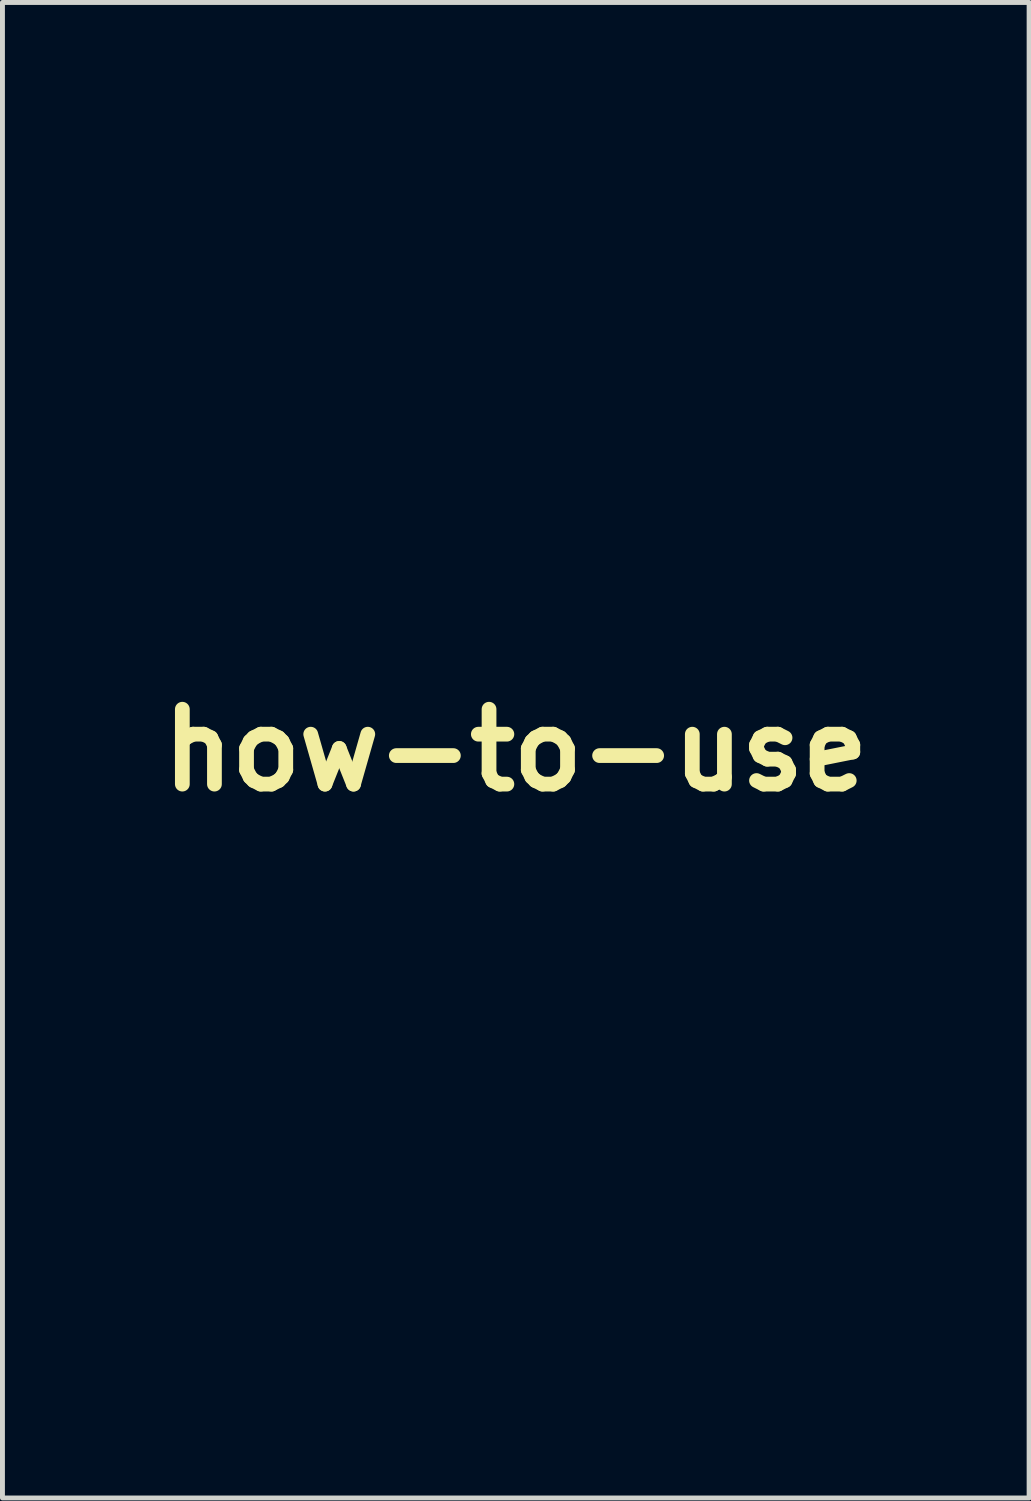
<source format=kicad_pcb>
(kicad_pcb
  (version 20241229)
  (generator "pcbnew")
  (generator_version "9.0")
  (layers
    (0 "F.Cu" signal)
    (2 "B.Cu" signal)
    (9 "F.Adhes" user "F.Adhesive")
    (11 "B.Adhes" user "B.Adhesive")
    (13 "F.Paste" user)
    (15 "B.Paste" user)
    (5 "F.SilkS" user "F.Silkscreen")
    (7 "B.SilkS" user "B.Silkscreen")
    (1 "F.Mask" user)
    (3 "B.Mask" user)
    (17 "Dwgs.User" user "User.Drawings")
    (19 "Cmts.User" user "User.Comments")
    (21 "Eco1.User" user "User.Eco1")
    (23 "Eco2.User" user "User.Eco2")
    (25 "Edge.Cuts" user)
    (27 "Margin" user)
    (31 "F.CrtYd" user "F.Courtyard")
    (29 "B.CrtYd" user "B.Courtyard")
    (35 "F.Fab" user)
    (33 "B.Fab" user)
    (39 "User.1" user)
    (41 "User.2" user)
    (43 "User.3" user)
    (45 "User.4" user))
  (footprint "how-to-use"
    (layer "F.Cu")
    (at 7.446 12.217)
    (property "Reference" "how-to-use" (at 0 0 0) (layer "F.SilkS") (effects (font (size 1.524 1.524) (thickness 0.3))))
    (attr through_hole)
    (fp_poly (pts (xy -5.862 3.37) (xy -5.91 3.419) (xy -5.959 3.37) (xy -5.91 3.322) (xy -5.862 3.37)) (stroke (width 0.01) (type solid)) (fill no) (layer "Eco2.User"))
    (fp_poly (pts (xy -5.666 -10.99) (xy -5.715 -10.942) (xy -5.764 -10.99) (xy -5.715 -11.039) (xy -5.666 -10.99)) (stroke (width 0.01) (type solid)) (fill no) (layer "Eco2.User"))
    (fp_poly (pts (xy -5.666 -10.307) (xy -5.715 -10.258) (xy -5.764 -10.307) (xy -5.715 -10.355) (xy -5.666 -10.307)) (stroke (width 0.01) (type solid)) (fill no) (layer "Eco2.User"))
    (fp_poly (pts (xy -1.172 -1.71) (xy -1.221 -1.661) (xy -1.27 -1.71) (xy -1.221 -1.758) (xy -1.172 -1.71)) (stroke (width 0.01) (type solid)) (fill no) (layer "Eco2.User"))
    (fp_poly (pts (xy -1.172 -1.514) (xy -1.221 -1.465) (xy -1.27 -1.514) (xy -1.221 -1.563) (xy -1.172 -1.514)) (stroke (width 0.01) (type solid)) (fill no) (layer "Eco2.User"))
    (fp_poly (pts (xy -0.488 -1.807) (xy -0.537 -1.758) (xy -0.586 -1.807) (xy -0.537 -1.856) (xy -0.488 -1.807)) (stroke (width 0.01) (type solid)) (fill no) (layer "Eco2.User"))
    (fp_poly (pts (xy -0.488 -1.612) (xy -0.537 -1.563) (xy -0.586 -1.612) (xy -0.537 -1.661) (xy -0.488 -1.612)) (stroke (width 0.01) (type solid)) (fill no) (layer "Eco2.User"))
    (fp_poly (pts (xy 0.391 -5.617) (xy 0.342 -5.568) (xy 0.293 -5.617) (xy 0.342 -5.666) (xy 0.391 -5.617)) (stroke (width 0.01) (type solid)) (fill no) (layer "Eco2.User"))
    (fp_poly (pts (xy 0.684 7.864) (xy 0.635 7.913) (xy 0.586 7.864) (xy 0.635 7.815) (xy 0.684 7.864)) (stroke (width 0.01) (type solid)) (fill no) (layer "Eco2.User"))
    (fp_poly (pts (xy 0.782 -1.123) (xy 0.733 -1.075) (xy 0.684 -1.123) (xy 0.733 -1.172) (xy 0.782 -1.123)) (stroke (width 0.01) (type solid)) (fill no) (layer "Eco2.User"))
    (fp_poly (pts (xy 1.172 -1.123) (xy 1.123 -1.075) (xy 1.075 -1.123) (xy 1.123 -1.172) (xy 1.172 -1.123)) (stroke (width 0.01) (type solid)) (fill no) (layer "Eco2.User"))
    (fp_poly (pts (xy 1.954 2.98) (xy 1.905 3.028) (xy 1.856 2.98) (xy 1.905 2.931) (xy 1.954 2.98)) (stroke (width 0.01) (type solid)) (fill no) (layer "Eco2.User"))
    (fp_poly (pts (xy 1.954 3.175) (xy 1.905 3.224) (xy 1.856 3.175) (xy 1.905 3.126) (xy 1.954 3.175)) (stroke (width 0.01) (type solid)) (fill no) (layer "Eco2.User"))
    (fp_poly (pts (xy 2.638 2.882) (xy 2.589 2.931) (xy 2.54 2.882) (xy 2.589 2.833) (xy 2.638 2.882)) (stroke (width 0.01) (type solid)) (fill no) (layer "Eco2.User"))
    (fp_poly (pts (xy 2.638 3.077) (xy 2.589 3.126) (xy 2.54 3.077) (xy 2.589 3.028) (xy 2.638 3.077)) (stroke (width 0.01) (type solid)) (fill no) (layer "Eco2.User"))
    (fp_poly (pts (xy -5.796 3.549) (xy -5.81 3.608) (xy -5.862 3.615) (xy -5.942 3.579) (xy -5.927 3.549) (xy -5.811 3.538) (xy -5.796 3.549)) (stroke (width 0.01) (type solid)) (fill no) (layer "Eco2.User"))
    (fp_poly (pts (xy -5.699 -10.518) (xy -5.712 -10.46) (xy -5.764 -10.453) (xy -5.844 -10.489) (xy -5.829 -10.518) (xy -5.713 -10.53) (xy -5.699 -10.518)) (stroke (width 0.01) (type solid)) (fill no) (layer "Eco2.User"))
    (fp_poly (pts (xy -5.308 -10.518) (xy -5.321 -10.46) (xy -5.373 -10.453) (xy -5.453 -10.489) (xy -5.438 -10.518) (xy -5.322 -10.53) (xy -5.308 -10.518)) (stroke (width 0.01) (type solid)) (fill no) (layer "Eco2.User"))
    (fp_poly (pts (xy -5.113 3.061) (xy -5.126 3.119) (xy -5.178 3.126) (xy -5.258 3.09) (xy -5.243 3.061) (xy -5.127 3.049) (xy -5.113 3.061)) (stroke (width 0.01) (type solid)) (fill no) (layer "Eco2.User"))
    (fp_poly (pts (xy -1.009 -6.024) (xy -1.023 -5.966) (xy -1.075 -5.959) (xy -1.155 -5.995) (xy -1.14 -6.024) (xy -1.024 -6.036) (xy -1.009 -6.024)) (stroke (width 0.01) (type solid)) (fill no) (layer "Eco2.User"))
    (fp_poly (pts (xy -0.814 -1.14) (xy -0.828 -1.082) (xy -0.879 -1.075) (xy -0.96 -1.11) (xy -0.944 -1.14) (xy -0.828 -1.151) (xy -0.814 -1.14)) (stroke (width 0.01) (type solid)) (fill no) (layer "Eco2.User"))
    (fp_poly (pts (xy -0.814 -0.944) (xy -0.828 -0.886) (xy -0.879 -0.879) (xy -0.96 -0.915) (xy -0.944 -0.944) (xy -0.828 -0.956) (xy -0.814 -0.944)) (stroke (width 0.01) (type solid)) (fill no) (layer "Eco2.User"))
    (fp_poly (pts (xy 0.261 -1.726) (xy 0.272 -1.61) (xy 0.261 -1.596) (xy 0.202 -1.609) (xy 0.195 -1.661) (xy 0.231 -1.741) (xy 0.261 -1.726)) (stroke (width 0.01) (type solid)) (fill no) (layer "Eco2.User"))
    (fp_poly (pts (xy 0.261 -1.335) (xy 0.272 -1.219) (xy 0.261 -1.205) (xy 0.202 -1.218) (xy 0.195 -1.27) (xy 0.231 -1.35) (xy 0.261 -1.335)) (stroke (width 0.01) (type solid)) (fill no) (layer "Eco2.User"))
    (fp_poly (pts (xy 0.261 3.061) (xy 0.272 3.177) (xy 0.261 3.191) (xy 0.202 3.178) (xy 0.195 3.126) (xy 0.231 3.046) (xy 0.261 3.061)) (stroke (width 0.01) (type solid)) (fill no) (layer "Eco2.User"))
    (fp_poly (pts (xy 0.261 3.452) (xy 0.272 3.568) (xy 0.261 3.582) (xy 0.202 3.569) (xy 0.195 3.517) (xy 0.231 3.437) (xy 0.261 3.452)) (stroke (width 0.01) (type solid)) (fill no) (layer "Eco2.User"))
    (fp_poly (pts (xy 0.651 8.141) (xy 0.663 8.257) (xy 0.651 8.271) (xy 0.593 8.258) (xy 0.586 8.206) (xy 0.622 8.126) (xy 0.651 8.141)) (stroke (width 0.01) (type solid)) (fill no) (layer "Eco2.User"))
    (fp_poly (pts (xy 0.755 -6.214) (xy 0.726 -6.169) (xy 0.627 -6.162) (xy 0.523 -6.186) (xy 0.568 -6.221) (xy 0.721 -6.233) (xy 0.755 -6.214)) (stroke (width 0.01) (type solid)) (fill no) (layer "Eco2.User"))
    (fp_poly (pts (xy 0.944 -1.531) (xy 0.931 -1.472) (xy 0.879 -1.465) (xy 0.799 -1.501) (xy 0.814 -1.531) (xy 0.93 -1.542) (xy 0.944 -1.531)) (stroke (width 0.01) (type solid)) (fill no) (layer "Eco2.User"))
    (fp_poly (pts (xy 0.944 -1.14) (xy 0.956 -1.024) (xy 0.944 -1.009) (xy 0.886 -1.023) (xy 0.879 -1.075) (xy 0.915 -1.155) (xy 0.944 -1.14)) (stroke (width 0.01) (type solid)) (fill no) (layer "Eco2.User"))
    (fp_poly (pts (xy 0.95 -1.72) (xy 0.921 -1.675) (xy 0.822 -1.668) (xy 0.718 -1.692) (xy 0.763 -1.728) (xy 0.916 -1.739) (xy 0.95 -1.72)) (stroke (width 0.01) (type solid)) (fill no) (layer "Eco2.User"))
    (fp_poly (pts (xy 2.312 3.549) (xy 2.299 3.608) (xy 2.247 3.615) (xy 2.167 3.579) (xy 2.182 3.549) (xy 2.298 3.538) (xy 2.312 3.549)) (stroke (width 0.01) (type solid)) (fill no) (layer "Eco2.User"))
    (fp_poly (pts (xy 2.312 3.745) (xy 2.299 3.803) (xy 2.247 3.81) (xy 2.167 3.774) (xy 2.182 3.745) (xy 2.298 3.733) (xy 2.312 3.745)) (stroke (width 0.01) (type solid)) (fill no) (layer "Eco2.User"))
    (fp_poly (pts (xy 2.312 8.532) (xy 2.299 8.59) (xy 2.247 8.597) (xy 2.167 8.561) (xy 2.182 8.532) (xy 2.298 8.52) (xy 2.312 8.532)) (stroke (width 0.01) (type solid)) (fill no) (layer "Eco2.User"))
    (fp_poly (pts (xy -4.328 3.373) (xy -4.384 3.445) (xy -4.466 3.507) (xy -4.446 3.409) (xy -4.439 3.391) (xy -4.361 3.271) (xy -4.317 3.27) (xy -4.328 3.373)) (stroke (width 0.01) (type solid)) (fill no) (layer "Eco2.User"))
    (fp_poly (pts (xy -5.577 3.011) (xy -5.54 3.126) (xy -5.535 3.282) (xy -5.578 3.322) (xy -5.65 3.24) (xy -5.666 3.126) (xy -5.65 2.967) (xy -5.629 2.931) (xy -5.577 3.011)) (stroke (width 0.01) (type solid)) (fill no) (layer "Eco2.User"))
    (fp_poly (pts (xy -3.763 7.784) (xy -3.775 7.864) (xy -3.887 8.002) (xy -4.03 7.953) (xy -4.035 7.948) (xy -4.058 7.829) (xy -3.947 7.734) (xy -3.856 7.718) (xy -3.763 7.784)) (stroke (width 0.01) (type solid)) (fill no) (layer "Eco2.User"))
    (fp_poly (pts (xy -3.604 3.734) (xy -3.6 3.761) (xy -3.676 3.876) (xy -3.705 3.889) (xy -3.794 3.842) (xy -3.81 3.761) (xy -3.76 3.64) (xy -3.705 3.633) (xy -3.604 3.734)) (stroke (width 0.01) (type solid)) (fill no) (layer "Eco2.User"))
    (fp_poly (pts (xy -2.54 3) (xy -2.382 3.077) (xy -2.345 3.138) (xy -2.419 3.212) (xy -2.57 3.212) (xy -2.67 3.159) (xy -2.735 3.032) (xy -2.637 2.985) (xy -2.54 3)) (stroke (width 0.01) (type solid)) (fill no) (layer "Eco2.User"))
    (fp_poly (pts (xy -0.688 -6.173) (xy -0.684 -6.106) (xy -0.735 -5.976) (xy -0.778 -5.959) (xy -0.832 -6.031) (xy -0.817 -6.106) (xy -0.748 -6.234) (xy -0.722 -6.252) (xy -0.688 -6.173)) (stroke (width 0.01) (type solid)) (fill no) (layer "Eco2.User"))
    (fp_poly (pts (xy 0.905 3.353) (xy 0.928 3.419) (xy 0.79 3.501) (xy 0.678 3.517) (xy 0.522 3.475) (xy 0.488 3.419) (xy 0.572 3.346) (xy 0.738 3.322) (xy 0.905 3.353)) (stroke (width 0.01) (type solid)) (fill no) (layer "Eco2.User"))
    (fp_poly (pts (xy 0.966 3.694) (xy 0.977 3.761) (xy 0.956 3.891) (xy 0.939 3.908) (xy 0.876 3.831) (xy 0.844 3.761) (xy 0.842 3.635) (xy 0.882 3.615) (xy 0.966 3.694)) (stroke (width 0.01) (type solid)) (fill no) (layer "Eco2.User"))
    (fp_poly (pts (xy 1.064 -6.075) (xy 1.075 -6.008) (xy 1.054 -5.878) (xy 1.036 -5.862) (xy 0.973 -5.938) (xy 0.942 -6.008) (xy 0.94 -6.134) (xy 0.98 -6.155) (xy 1.064 -6.075)) (stroke (width 0.01) (type solid)) (fill no) (layer "Eco2.User"))
    (fp_poly (pts (xy 3.248 -1.132) (xy 3.297 -1.041) (xy 3.189 -0.946) (xy 2.997 -0.897) (xy 2.793 -0.911) (xy 2.735 -1.019) (xy 2.811 -1.137) (xy 3.037 -1.172) (xy 3.248 -1.132)) (stroke (width 0.01) (type solid)) (fill no) (layer "Eco2.User"))
    (fp_poly (pts (xy -2.171 3.688) (xy -2.149 3.761) (xy -2.169 3.892) (xy -2.186 3.908) (xy -2.27 3.843) (xy -2.345 3.761) (xy -2.413 3.646) (xy -2.323 3.615) (xy -2.308 3.615) (xy -2.171 3.688)) (stroke (width 0.01) (type solid)) (fill no) (layer "Eco2.User"))
    (fp_poly (pts (xy 3.233 -1.625) (xy 3.321 -1.532) (xy 3.322 -1.521) (xy 3.246 -1.403) (xy 3.02 -1.368) (xy 2.802 -1.401) (xy 2.759 -1.49) (xy 2.87 -1.599) (xy 3.055 -1.646) (xy 3.233 -1.625)) (stroke (width 0.01) (type solid)) (fill no) (layer "Eco2.User"))
    (fp_poly (pts (xy -5.107 3.301) (xy -5.08 3.419) (xy -5.125 3.578) (xy -5.188 3.615) (xy -5.255 3.544) (xy -5.242 3.474) (xy -5.257 3.326) (xy -5.305 3.287) (xy -5.329 3.245) (xy -5.251 3.232) (xy -5.107 3.301)) (stroke (width 0.01) (type solid)) (fill no) (layer "Eco2.User"))
    (fp_poly (pts (xy -2.221 3.337) (xy -2.2 3.383) (xy -2.247 3.419) (xy -2.449 3.5) (xy -2.637 3.505) (xy -2.734 3.435) (xy -2.735 3.419) (xy -2.65 3.353) (xy -2.442 3.323) (xy -2.418 3.323) (xy -2.221 3.337)) (stroke (width 0.01) (type solid)) (fill no) (layer "Eco2.User"))
    (fp_poly (pts (xy -0.453 -1.398) (xy -0.403 -1.262) (xy -0.393 -1.056) (xy -0.418 -0.867) (xy -0.476 -0.782) (xy -0.477 -0.782) (xy -0.55 -0.866) (xy -0.607 -1.072) (xy -0.608 -1.079) (xy -0.613 -1.323) (xy -0.554 -1.437) (xy -0.453 -1.398)) (stroke (width 0.01) (type solid)) (fill no) (layer "Eco2.User"))
    (fp_poly (pts (xy 2.673 3.292) (xy 2.723 3.427) (xy 2.734 3.633) (xy 2.708 3.822) (xy 2.65 3.908) (xy 2.649 3.908) (xy 2.576 3.823) (xy 2.52 3.618) (xy 2.519 3.61) (xy 2.513 3.366) (xy 2.572 3.252) (xy 2.673 3.292)) (stroke (width 0.01) (type solid)) (fill no) (layer "Eco2.User"))
    (fp_poly (pts (xy 0.354 -10.953) (xy 0.388 -10.736) (xy 0.391 -10.648) (xy 0.369 -10.404) (xy 0.315 -10.268) (xy 0.293 -10.258) (xy 0.232 -10.344) (xy 0.198 -10.561) (xy 0.195 -10.648) (xy 0.217 -10.893) (xy 0.271 -11.029) (xy 0.293 -11.039) (xy 0.354 -10.953)) (stroke (width 0.01) (type solid)) (fill no) (layer "Eco2.User"))
    (fp_poly (pts (xy 0.586 -1.594) (xy 0.586 -1.589) (xy 0.647 -1.418) (xy 0.855 -1.34) (xy 1.017 -1.312) (xy 1.002 -1.297) (xy 0.803 -1.285) (xy 0.528 -1.321) (xy 0.424 -1.423) (xy 0.43 -1.616) (xy 0.475 -1.687) (xy 0.561 -1.728) (xy 0.586 -1.594)) (stroke (width 0.01) (type solid)) (fill no) (layer "Eco2.User"))
    (fp_poly (pts (xy 0.714 -5.97) (xy 0.747 -5.938) (xy 0.85 -5.752) (xy 0.847 -5.625) (xy 0.748 -5.499) (xy 0.635 -5.476) (xy 0.586 -5.563) (xy 0.657 -5.695) (xy 0.685 -5.716) (xy 0.751 -5.817) (xy 0.678 -5.895) (xy 0.521 -5.895) (xy 0.51 -5.892) (xy 0.399 -5.868) (xy 0.451 -5.95) (xy 0.465 -5.965) (xy 0.584 -6.044) (xy 0.714 -5.97)) (stroke (width 0.01) (type solid)) (fill no) (layer "Eco2.User"))
    (fp_poly (pts (xy 6.35 12.212) (xy -6.35 12.212) (xy -6.35 8.664) (xy -6.149 8.664) (xy -6.115 8.711) (xy -5.95 8.634) (xy -5.764 8.503) (xy -5.587 8.381) (xy -5.467 8.383) (xy -5.309 8.514) (xy -5.3 8.522) (xy -5.106 8.659) (xy -5.014 8.648) (xy -5.049 8.516) (xy -5.168 8.363) (xy -5.311 8.182) (xy -5.317 8.078) (xy -4.477 8.078) (xy -4.365 8.08) (xy -4.354 8.076) (xy -4.18 8.095) (xy -4.107 8.153) (xy -4.068 8.276) (xy -4.176 8.42) (xy -4.259 8.489) (xy -4.396 8.629) (xy -4.384 8.691) (xy -4.256 8.669) (xy -4.046 8.555) (xy -4.027 8.542) (xy -3.808 8.322) (xy -3.69 8.133) (xy -3.028 8.133) (xy -2.943 8.165) (xy -2.728 8.172) (xy -2.448 8.158) (xy -2.166 8.128) (xy -2.06 8.108) (xy -1.075 8.108) (xy -1.075 8.108) (xy -1.062 8.459) (xy -1.027 8.702) (xy -0.977 8.792) (xy -0.977 8.792) (xy -0.913 8.706) (xy -0.88 8.495) (xy -0.879 8.447) (xy -0.868 8.224) (xy -0.813 8.156) (xy -0.69 8.203) (xy -0.486 8.293) (xy -0.401 8.269) (xy -0.391 8.204) (xy -0.47 8.095) (xy -0.635 7.993) (xy -0.839 7.816) (xy -0.839 7.815) (xy 0 7.815) (xy 0.083 7.89) (xy 0.231 7.913) (xy 0.398 7.947) (xy 0.427 8.085) (xy 0.417 8.146) (xy 0.42 8.348) (xy 0.475 8.442) (xy 0.536 8.574) (xy 0.523 8.649) (xy 0.517 8.772) (xy 0.604 8.78) (xy 0.718 8.689) (xy 3.658 8.689) (xy 3.682 8.73) (xy 3.824 8.789) (xy 3.905 8.685) (xy 3.908 8.646) (xy 3.858 8.516) (xy 3.816 8.499) (xy 3.688 8.564) (xy 3.658 8.689) (xy 0.718 8.689) (xy 0.725 8.683) (xy 0.778 8.603) (xy 0.853 8.366) (xy 0.863 8.265) (xy 1.752 8.265) (xy 1.801 8.341) (xy 1.947 8.307) (xy 2.181 8.225) (xy 2.398 8.213) (xy 2.528 8.271) (xy 2.54 8.31) (xy 2.465 8.373) (xy 2.369 8.362) (xy 2.169 8.355) (xy 2.018 8.434) (xy 1.983 8.558) (xy 1.996 8.586) (xy 2.15 8.676) (xy 2.391 8.687) (xy 2.628 8.624) (xy 2.742 8.54) (xy 2.808 8.339) (xy 2.71 8.15) (xy 2.476 8.02) (xy 2.445 8.011) (xy 2.292 7.959) (xy 2.314 7.885) (xy 2.38 7.826) (xy 2.51 7.682) (xy 2.511 7.68) (xy 3.36 7.68) (xy 3.376 7.727) (xy 3.474 7.779) (xy 3.547 7.726) (xy 3.719 7.634) (xy 3.898 7.635) (xy 4.001 7.724) (xy 4.005 7.755) (xy 3.936 7.926) (xy 3.859 8.011) (xy 3.752 8.154) (xy 3.709 8.311) (xy 3.749 8.399) (xy 3.766 8.402) (xy 3.859 8.335) (xy 4.02 8.172) (xy 4.056 8.133) (xy 4.246 7.872) (xy 4.273 7.686) (xy 4.136 7.546) (xy 4.054 7.505) (xy 3.836 7.46) (xy 3.606 7.487) (xy 3.428 7.567) (xy 3.36 7.68) (xy 2.511 7.68) (xy 2.54 7.608) (xy 2.459 7.545) (xy 2.272 7.524) (xy 2.064 7.544) (xy 1.919 7.603) (xy 1.905 7.62) (xy 1.927 7.704) (xy 1.997 7.718) (xy 2.134 7.76) (xy 2.104 7.867) (xy 1.954 7.988) (xy 1.803 8.129) (xy 1.752 8.265) (xy 0.863 8.265) (xy 0.879 8.115) (xy 0.904 7.902) (xy 1.011 7.823) (xy 1.123 7.815) (xy 1.307 7.782) (xy 1.368 7.718) (xy 1.284 7.644) (xy 1.123 7.62) (xy 0.94 7.587) (xy 0.879 7.522) (xy 0.805 7.427) (xy 0.782 7.425) (xy 0.695 7.504) (xy 0.684 7.571) (xy 0.61 7.68) (xy 0.373 7.717) (xy 0.342 7.718) (xy 0.116 7.742) (xy 0.003 7.803) (xy 0 7.815) (xy -0.839 7.815) (xy -0.879 7.653) (xy -0.915 7.477) (xy -0.977 7.425) (xy -1.027 7.515) (xy -1.062 7.757) (xy -1.075 8.108) (xy -2.06 8.108) (xy -1.948 8.087) (xy -1.864 8.05) (xy -1.856 7.974) (xy -2.026 7.944) (xy -2.364 7.961) (xy -2.477 7.973) (xy -2.776 8.023) (xy -2.976 8.086) (xy -3.028 8.133) (xy -3.69 8.133) (xy -3.623 8.026) (xy -3.523 7.741) (xy -3.517 7.674) (xy -3.593 7.553) (xy -3.78 7.516) (xy -4.014 7.557) (xy -4.231 7.672) (xy -4.304 7.742) (xy -4.456 7.959) (xy -4.477 8.078) (xy -5.317 8.078) (xy -5.319 8.039) (xy -5.261 7.926) (xy -5.19 7.72) (xy -5.288 7.607) (xy -5.549 7.59) (xy -5.715 7.614) (xy -5.945 7.669) (xy -5.998 7.72) (xy -5.935 7.762) (xy -5.715 7.798) (xy -5.617 7.78) (xy -5.488 7.768) (xy -5.489 7.865) (xy -5.608 8.046) (xy -5.813 8.261) (xy -6.049 8.509) (xy -6.149 8.664) (xy -6.35 8.664) (xy -6.35 5.886) (xy -5.94 5.886) (xy -5.931 5.99) (xy -5.798 6.171) (xy -5.632 6.321) (xy -5.497 6.315) (xy -5.324 6.154) (xy -5.216 5.988) (xy -5.216 5.888) (xy -5.317 5.896) (xy -5.377 5.962) (xy -5.434 5.99) (xy -5.463 5.841) (xy -5.469 5.642) (xy -5.489 5.371) (xy -5.536 5.204) (xy -5.568 5.178) (xy -5.63 5.264) (xy -5.664 5.481) (xy -5.666 5.565) (xy -5.682 5.814) (xy -5.74 5.906) (xy -5.813 5.897) (xy -5.94 5.886) (xy -6.35 5.886) (xy -6.35 3.452) (xy -6.232 3.452) (xy -6.23 3.831) (xy -6.187 4.055) (xy -6.112 4.112) (xy -6.011 3.99) (xy -5.962 3.883) (xy -5.896 3.75) (xy -5.87 3.797) (xy -5.868 3.834) (xy -5.815 3.972) (xy -5.721 4.002) (xy -5.667 3.903) (xy -5.666 3.889) (xy -5.619 3.865) (xy -5.523 3.962) (xy -5.416 4.091) (xy -5.381 4.053) (xy -5.376 3.932) (xy -5.318 3.755) (xy -5.227 3.712) (xy -5.097 3.765) (xy -5.08 3.81) (xy -5.154 3.905) (xy -5.178 3.908) (xy -5.273 3.982) (xy -5.275 4.005) (xy -5.194 4.085) (xy -5.08 4.103) (xy -4.977 4.085) (xy -4.919 4.002) (xy -4.892 3.812) (xy -4.885 3.474) (xy -4.885 3.419) (xy -4.885 3.237) (xy -4.703 3.237) (xy -4.677 3.321) (xy -4.668 3.322) (xy -4.607 3.362) (xy -4.623 3.386) (xy -4.626 3.503) (xy -4.579 3.581) (xy -4.526 3.736) (xy -4.604 3.877) (xy -4.685 3.994) (xy -4.621 3.997) (xy -4.559 3.975) (xy -4.332 3.917) (xy -4.235 3.908) (xy -4.134 3.845) (xy -4.137 3.82) (xy -4.005 3.82) (xy -3.984 4.028) (xy -3.903 4.079) (xy -3.851 4.065) (xy -3.61 4.01) (xy -3.53 4.005) (xy -3.387 3.92) (xy -3.344 3.761) (xy -3.353 3.597) (xy -3.455 3.529) (xy -3.665 3.517) (xy -3.894 3.533) (xy -3.987 3.617) (xy -4.005 3.82) (xy -4.137 3.82) (xy -4.149 3.721) (xy -4.152 3.539) (xy -4.006 3.434) (xy -3.693 3.394) (xy -3.606 3.393) (xy -3.369 3.382) (xy -3.288 3.334) (xy -3.323 3.221) (xy -3.329 3.211) (xy -3.425 3.097) (xy -3.114 3.097) (xy -3.104 3.129) (xy -2.992 3.092) (xy -2.874 3.058) (xy -2.869 3.107) (xy -2.975 3.28) (xy -2.982 3.29) (xy -3.086 3.5) (xy -3.044 3.593) (xy -3.043 3.593) (xy -2.957 3.708) (xy -2.931 3.867) (xy -2.896 4.047) (xy -2.833 4.103) (xy -2.76 4.019) (xy -2.735 3.859) (xy -2.708 3.675) (xy -2.654 3.615) (xy -2.554 3.691) (xy -2.442 3.859) (xy -2.281 4.05) (xy -2.112 4.103) (xy -1.987 4.017) (xy -1.954 3.867) (xy -1.909 3.666) (xy -1.832 3.581) (xy -1.77 3.514) (xy -1.856 3.428) (xy -1.937 3.342) (xy -1.881 3.323) (xy -1.762 3.279) (xy -1.783 3.193) (xy -1.908 3.126) (xy -1.465 3.126) (xy -1.386 3.212) (xy -1.313 3.224) (xy -1.197 3.298) (xy -1.191 3.444) (xy -1.166 3.61) (xy -1.018 3.646) (xy -0.757 3.566) (xy -0.618 3.555) (xy -0.586 3.662) (xy -0.668 3.819) (xy -0.78 3.879) (xy -0.916 3.95) (xy -0.927 4.007) (xy -0.802 4.051) (xy -0.604 4.003) (xy -0.418 3.886) (xy -0.383 3.85) (xy -0.306 3.653) (xy -0.398 3.497) (xy -0.63 3.421) (xy -0.689 3.419) (xy -0.903 3.374) (xy -0.905 3.369) (xy 0 3.369) (xy 0.007 3.676) (xy 0.039 3.833) (xy 0.117 3.885) (xy 0.22 3.882) (xy 0.42 3.805) (xy 0.501 3.712) (xy 0.564 3.65) (xy 0.648 3.755) (xy 0.688 3.834) (xy 0.837 4.037) (xy 1.002 4.104) (xy 1.131 4.035) (xy 1.172 3.867) (xy 1.186 3.804) (xy 1.575 3.804) (xy 1.595 4.006) (xy 1.651 4.091) (xy 1.705 4.103) (xy 1.809 4.044) (xy 1.853 3.842) (xy 1.856 3.712) (xy 1.88 3.441) (xy 1.961 3.329) (xy 2.003 3.322) (xy 2.123 3.238) (xy 2.156 3.102) (xy 2.168 2.95) (xy 2.206 2.985) (xy 2.247 3.077) (xy 2.326 3.299) (xy 2.296 3.397) (xy 2.149 3.419) (xy 2.004 3.467) (xy 1.955 3.644) (xy 1.954 3.702) (xy 1.985 3.909) (xy 2.106 3.983) (xy 2.174 3.987) (xy 2.44 4.014) (xy 2.662 4.058) (xy 2.931 4.126) (xy 2.931 3.419) (xy 3.224 3.419) (xy 3.273 3.665) (xy 3.393 3.906) (xy 3.541 4.071) (xy 3.626 4.103) (xy 3.649 4.037) (xy 3.571 3.886) (xy 3.453 3.623) (xy 3.419 3.419) (xy 3.908 3.419) (xy 3.923 3.731) (xy 3.961 3.943) (xy 4.005 4.005) (xy 4.079 3.922) (xy 4.103 3.761) (xy 4.137 3.578) (xy 4.201 3.517) (xy 4.274 3.601) (xy 4.298 3.761) (xy 4.332 3.945) (xy 4.396 4.005) (xy 4.448 3.916) (xy 4.483 3.684) (xy 4.494 3.419) (xy 4.479 3.107) (xy 4.44 2.895) (xy 4.396 2.833) (xy 4.323 2.917) (xy 4.298 3.077) (xy 4.265 3.261) (xy 4.201 3.322) (xy 4.127 3.238) (xy 4.103 3.077) (xy 4.07 2.894) (xy 4.005 2.833) (xy 3.953 2.922) (xy 3.918 3.155) (xy 3.908 3.419) (xy 3.419 3.419) (xy 3.476 3.143) (xy 3.571 2.953) (xy 3.651 2.797) (xy 3.637 2.763) (xy 4.735 2.763) (xy 4.779 2.876) (xy 4.83 2.953) (xy 4.949 3.215) (xy 4.982 3.419) (xy 4.925 3.695) (xy 4.83 3.886) (xy 4.751 4.042) (xy 4.776 4.103) (xy 4.899 4.031) (xy 5.026 3.886) (xy 5.143 3.638) (xy 5.178 3.451) (xy 5.134 3.174) (xy 5.026 2.921) (xy 4.888 2.76) (xy 4.815 2.735) (xy 4.735 2.763) (xy 3.637 2.763) (xy 3.626 2.735) (xy 3.481 2.819) (xy 3.339 3.023) (xy 3.243 3.274) (xy 3.224 3.419) (xy 2.931 3.419) (xy 2.931 2.736) (xy 2.271 2.763) (xy 1.612 2.79) (xy 1.583 3.447) (xy 1.575 3.804) (xy 1.186 3.804) (xy 1.217 3.666) (xy 1.294 3.581) (xy 1.357 3.514) (xy 1.27 3.428) (xy 1.189 3.342) (xy 1.246 3.323) (xy 1.359 3.272) (xy 1.34 3.178) (xy 1.207 3.119) (xy 1.197 3.118) (xy 1.104 3.093) (xy 1.148 3.061) (xy 1.263 2.958) (xy 1.201 2.844) (xy 1.074 2.784) (xy 0.835 2.799) (xy 0.732 2.868) (xy 0.613 3.017) (xy 0.594 3.101) (xy 0.684 3.077) (xy 0.774 3.085) (xy 0.782 3.12) (xy 0.724 3.22) (xy 0.601 3.204) (xy 0.487 3.094) (xy 0.46 3.028) (xy 0.329 2.863) (xy 0.205 2.833) (xy 0.087 2.854) (xy 0.025 2.948) (xy 0.002 3.163) (xy 0 3.369) (xy -0.905 3.369) (xy -0.952 3.276) (xy -0.833 3.177) (xy -0.701 3.144) (xy -0.533 3.079) (xy -0.488 3.01) (xy -0.566 2.949) (xy -0.684 2.959) (xy -0.847 2.951) (xy -0.879 2.873) (xy -0.935 2.749) (xy -0.977 2.735) (xy -1.064 2.815) (xy -1.075 2.882) (xy -1.156 3.001) (xy -1.27 3.028) (xy -1.429 3.069) (xy -1.465 3.126) (xy -1.908 3.126) (xy -1.913 3.124) (xy -1.978 3.115) (xy -2.11 3.098) (xy -2.055 3.066) (xy -2.027 3.059) (xy -1.882 2.984) (xy -1.856 2.935) (xy -1.936 2.842) (xy -2.113 2.796) (xy -2.291 2.811) (xy -2.363 2.861) (xy -2.462 2.931) (xy -2.625 2.863) (xy -2.787 2.803) (xy -2.93 2.885) (xy -2.994 2.953) (xy -3.114 3.097) (xy -3.425 3.097) (xy -3.465 3.05) (xy -3.59 3.062) (xy -3.642 3.151) (xy -3.724 3.22) (xy -3.762 3.202) (xy -3.771 3.081) (xy -3.712 2.98) (xy -3.641 2.827) (xy -3.66 2.757) (xy -3.761 2.774) (xy -3.875 2.896) (xy -4.024 3.023) (xy -4.193 3.06) (xy -4.318 3.01) (xy -4.331 2.876) (xy -4.33 2.872) (xy -4.31 2.746) (xy -4.378 2.749) (xy -4.497 2.861) (xy -4.611 3.029) (xy -4.703 3.237) (xy -4.885 3.237) (xy -4.885 2.734) (xy -6.203 2.802) (xy -6.232 3.452) (xy -6.35 3.452) (xy -6.35 1.197) (xy -5.94 1.197) (xy -5.931 1.301) (xy -5.798 1.482) (xy -5.632 1.632) (xy -5.497 1.626) (xy -5.324 1.465) (xy -5.216 1.299) (xy -5.216 1.199) (xy -5.317 1.207) (xy -5.377 1.273) (xy -5.434 1.301) (xy -5.463 1.152) (xy -5.469 0.953) (xy -5.489 0.682) (xy -5.536 0.515) (xy -5.568 0.488) (xy -5.63 0.575) (xy -5.664 0.791) (xy -5.666 0.876) (xy -5.682 1.125) (xy -5.74 1.217) (xy -5.813 1.208) (xy -5.94 1.197) (xy -6.35 1.197) (xy -6.35 -1.465) (xy -6.252 -1.465) (xy -6.173 -1.379) (xy -6.106 -1.368) (xy -5.976 -1.321) (xy -5.959 -1.282) (xy -6.026 -1.155) (xy -6.106 -1.075) (xy -6.233 -0.92) (xy -6.23 -0.807) (xy -6.153 -0.782) (xy -6.043 -0.858) (xy -5.895 -1.046) (xy -5.86 -1.099) (xy -5.667 -1.417) (xy -5.667 -1.099) (xy -5.696 -0.867) (xy -5.8 -0.783) (xy -5.837 -0.78) (xy -5.95 -0.764) (xy -5.88 -0.696) (xy -5.862 -0.684) (xy -5.637 -0.591) (xy -5.606 -0.609) (xy -2.529 -0.609) (xy -2.473 -0.594) (xy -2.418 -0.61) (xy -2.285 -0.721) (xy -2.176 -0.885) (xy -1.551 -0.885) (xy -1.531 -0.683) (xy -1.476 -0.598) (xy -1.421 -0.586) (xy -1.317 -0.646) (xy -1.274 -0.847) (xy -1.27 -0.977) (xy -1.246 -1.249) (xy -1.166 -1.361) (xy -1.123 -1.368) (xy -1.003 -1.451) (xy -0.97 -1.587) (xy -0.959 -1.74) (xy -0.92 -1.704) (xy -0.879 -1.612) (xy -0.801 -1.39) (xy -0.831 -1.292) (xy -0.977 -1.27) (xy -1.122 -1.222) (xy -1.171 -1.045) (xy -1.172 -0.987) (xy -1.141 -0.78) (xy -1.02 -0.706) (xy -0.953 -0.702) (xy -0.686 -0.675) (xy -0.464 -0.631) (xy -0.195 -0.563) (xy -0.195 -1.263) (xy -0.002 -1.263) (xy 0.001 -0.965) (xy 0.027 -0.722) (xy 0.079 -0.593) (xy 0.098 -0.586) (xy 0.171 -0.67) (xy 0.195 -0.83) (xy 0.246 -1.027) (xy 0.342 -1.075) (xy 0.46 -0.99) (xy 0.488 -0.83) (xy 0.528 -0.648) (xy 0.609 -0.587) (xy 0.676 -0.667) (xy 0.687 -0.757) (xy 0.701 -0.872) (xy 0.763 -0.83) (xy 0.825 -0.75) (xy 0.935 -0.627) (xy 1.014 -0.664) (xy 1.073 -0.75) (xy 1.154 -0.867) (xy 1.152 -0.819) (xy 1.134 -0.757) (xy 1.146 -0.613) (xy 1.238 -0.586) (xy 1.326 -0.614) (xy 1.358 -0.729) (xy 1.34 -0.974) (xy 1.324 -1.099) (xy 1.303 -1.27) (xy 1.661 -1.27) (xy 1.71 -1.024) (xy 1.83 -0.783) (xy 1.977 -0.618) (xy 2.063 -0.586) (xy 2.086 -0.652) (xy 2.008 -0.803) (xy 1.89 -1.066) (xy 1.856 -1.27) (xy 1.913 -1.546) (xy 2.008 -1.737) (xy 2.069 -1.856) (xy 2.54 -1.856) (xy 2.54 -0.658) (xy 2.88 -0.713) (xy 3.121 -0.727) (xy 3.268 -0.688) (xy 3.277 -0.677) (xy 3.383 -0.579) (xy 3.461 -0.665) (xy 3.507 -0.927) (xy 3.517 -1.221) (xy 3.517 -1.856) (xy 2.54 -1.856) (xy 2.069 -1.856) (xy 2.088 -1.892) (xy 2.074 -1.926) (xy 3.953 -1.926) (xy 3.998 -1.813) (xy 4.049 -1.737) (xy 4.167 -1.474) (xy 4.201 -1.27) (xy 4.144 -0.994) (xy 4.049 -0.803) (xy 3.969 -0.648) (xy 3.994 -0.586) (xy 4.117 -0.658) (xy 4.244 -0.803) (xy 4.362 -1.051) (xy 4.396 -1.238) (xy 4.353 -1.516) (xy 4.245 -1.768) (xy 4.106 -1.929) (xy 4.033 -1.954) (xy 3.953 -1.926) (xy 2.074 -1.926) (xy 2.063 -1.954) (xy 1.918 -1.87) (xy 1.776 -1.667) (xy 1.68 -1.415) (xy 1.661 -1.27) (xy 1.303 -1.27) (xy 1.283 -1.425) (xy 1.259 -1.69) (xy 1.255 -1.783) (xy 1.23 -1.882) (xy 1.12 -1.924) (xy 0.88 -1.92) (xy 0.751 -1.91) (xy 0.438 -1.884) (xy 0.198 -1.865) (xy 0.122 -1.861) (xy 0.06 -1.772) (xy 0.018 -1.552) (xy -0.002 -1.263) (xy -0.195 -1.263) (xy -0.195 -1.953) (xy -0.855 -1.926) (xy -1.514 -1.899) (xy -1.543 -1.243) (xy -1.551 -0.885) (xy -2.176 -0.885) (xy -2.175 -0.887) (xy -2.09 -1.138) (xy -2.055 -1.422) (xy -2.068 -1.674) (xy -2.13 -1.832) (xy -2.181 -1.856) (xy -2.271 -1.777) (xy -2.269 -1.569) (xy -2.284 -1.28) (xy -2.379 -0.978) (xy -2.383 -0.968) (xy -2.501 -0.721) (xy -2.529 -0.609) (xy -5.606 -0.609) (xy -5.509 -0.667) (xy -5.471 -0.896) (xy -5.471 -1.206) (xy -5.245 -0.994) (xy -5.026 -0.824) (xy -4.892 -0.781) (xy -4.872 -0.855) (xy -4.993 -1.033) (xy -5.037 -1.082) (xy -5.212 -1.274) (xy -5.223 -1.3) (xy -4.678 -1.3) (xy -4.657 -1.207) (xy -4.506 -1.197) (xy -4.35 -1.177) (xy -4.21 -1.002) (xy -4.163 -0.911) (xy -4.039 -0.711) (xy -3.929 -0.63) (xy -3.907 -0.635) (xy -3.877 -0.761) (xy -3.961 -0.985) (xy -4.061 -1.244) (xy -4.016 -1.399) (xy -3.817 -1.492) (xy -3.812 -1.493) (xy -3.654 -1.475) (xy -3.613 -1.366) (xy -3.71 -1.245) (xy -3.737 -1.232) (xy -3.749 -1.199) (xy -3.616 -1.199) (xy -3.402 -1.281) (xy -3.338 -1.433) (xy -3.425 -1.577) (xy -2.83 -1.577) (xy -2.826 -1.351) (xy -2.789 -1.175) (xy -2.766 -1.138) (xy -2.661 -1.11) (xy -2.595 -1.229) (xy -2.586 -1.45) (xy -2.6 -1.545) (xy -2.666 -1.758) (xy -2.742 -1.855) (xy -2.748 -1.856) (xy -2.803 -1.773) (xy -2.83 -1.577) (xy -3.425 -1.577) (xy -3.433 -1.591) (xy -3.549 -1.654) (xy -3.756 -1.761) (xy -3.855 -1.85) (xy -3.975 -1.952) (xy -4.054 -1.888) (xy -4.054 -1.758) (xy -4.049 -1.596) (xy -4.137 -1.589) (xy -4.331 -1.734) (xy -4.468 -1.846) (xy -4.497 -1.811) (xy -4.468 -1.679) (xy -4.473 -1.469) (xy -4.55 -1.4) (xy -4.678 -1.3) (xy -5.223 -1.3) (xy -5.261 -1.385) (xy -5.199 -1.472) (xy -5.136 -1.52) (xy -5.007 -1.659) (xy -5.039 -1.728) (xy -5.204 -1.696) (xy -5.267 -1.665) (xy -5.42 -1.607) (xy -5.468 -1.687) (xy -5.471 -1.755) (xy -5.511 -1.916) (xy -5.568 -1.954) (xy -5.648 -1.872) (xy -5.666 -1.758) (xy -5.712 -1.615) (xy -5.884 -1.565) (xy -5.959 -1.563) (xy -6.165 -1.535) (xy -6.252 -1.467) (xy -6.252 -1.465) (xy -6.35 -1.465) (xy -6.35 -3.492) (xy -5.94 -3.492) (xy -5.931 -3.388) (xy -5.798 -3.207) (xy -5.632 -3.058) (xy -5.497 -3.063) (xy -5.324 -3.224) (xy -5.216 -3.39) (xy -5.216 -3.49) (xy -5.317 -3.483) (xy -5.377 -3.416) (xy -5.434 -3.388) (xy -5.463 -3.538) (xy -5.469 -3.737) (xy -5.489 -4.007) (xy -5.536 -4.175) (xy -5.568 -4.201) (xy -5.63 -4.114) (xy -5.664 -3.898) (xy -5.666 -3.813) (xy -5.682 -3.564) (xy -5.74 -3.472) (xy -5.813 -3.482) (xy -5.94 -3.492) (xy -6.35 -3.492) (xy -6.35 -6.155) (xy -6.252 -6.155) (xy -6.173 -6.068) (xy -6.106 -6.057) (xy -5.976 -6.011) (xy -5.959 -5.971) (xy -6.026 -5.844) (xy -6.106 -5.764) (xy -6.233 -5.609) (xy -6.23 -5.496) (xy -6.153 -5.471) (xy -6.043 -5.547) (xy -5.895 -5.735) (xy -5.86 -5.788) (xy -5.667 -6.106) (xy -5.667 -5.788) (xy -5.696 -5.557) (xy -5.8 -5.472) (xy -5.837 -5.469) (xy -5.95 -5.453) (xy -5.88 -5.385) (xy -5.862 -5.373) (xy -5.637 -5.28) (xy -5.606 -5.299) (xy -2.529 -5.299) (xy -2.473 -5.283) (xy -2.418 -5.299) (xy -2.285 -5.41) (xy -2.175 -5.576) (xy -2.161 -5.619) (xy -1.624 -5.619) (xy -1.615 -5.573) (xy -1.526 -5.599) (xy -1.398 -5.595) (xy -1.368 -5.468) (xy -1.326 -5.311) (xy -1.27 -5.275) (xy -1.195 -5.359) (xy -1.172 -5.509) (xy -1.097 -5.735) (xy -0.903 -5.827) (xy -0.727 -5.797) (xy -0.643 -5.736) (xy -0.686 -5.629) (xy -0.793 -5.507) (xy -0.919 -5.342) (xy -0.901 -5.282) (xy -0.765 -5.331) (xy -0.55 -5.478) (xy -0.374 -5.661) (xy -0.294 -5.833) (xy -0.327 -5.943) (xy -0.391 -5.959) (xy -0.472 -6.04) (xy -0.485 -6.13) (xy -0.474 -6.249) (xy -0.423 -6.197) (xy -0.383 -6.13) (xy -0.26 -5.995) (xy -0.143 -5.96) (xy -0.098 -6.032) (xy -0.157 -6.151) (xy -0.194 -6.199) (xy 0.044 -6.199) (xy 0.048 -6.02) (xy 0.135 -5.992) (xy 0.173 -6.005) (xy 0.273 -6.032) (xy 0.239 -5.966) (xy 0.167 -5.884) (xy 0.062 -5.722) (xy 0.109 -5.597) (xy 0.123 -5.583) (xy 0.191 -5.463) (xy 0.113 -5.382) (xy 0.108 -5.331) (xy 0.28 -5.304) (xy 0.407 -5.3) (xy 0.694 -5.319) (xy 0.905 -5.368) (xy 0.944 -5.389) (xy 1.079 -5.419) (xy 1.121 -5.378) (xy 1.264 -5.286) (xy 1.34 -5.275) (xy 1.44 -5.292) (xy 1.405 -5.373) (xy 1.334 -5.454) (xy 1.206 -5.628) (xy 1.19 -5.792) (xy 1.285 -6.025) (xy 1.314 -6.081) (xy 1.399 -6.268) (xy 1.37 -6.339) (xy 1.218 -6.35) (xy 1.049 -6.385) (xy 1.039 -6.497) (xy 1.053 -6.625) (xy 0.969 -6.619) (xy 0.828 -6.483) (xy 0.82 -6.472) (xy 0.721 -6.358) (xy 0.69 -6.403) (xy 0.687 -6.464) (xy 0.62 -6.585) (xy 0.436 -6.599) (xy 0.197 -6.547) (xy 0.086 -6.42) (xy 0.044 -6.199) (xy -0.194 -6.199) (xy -0.297 -6.335) (xy -0.461 -6.517) (xy -0.592 -6.631) (xy -0.622 -6.643) (xy -0.676 -6.563) (xy -0.684 -6.491) (xy -0.728 -6.388) (xy -0.775 -6.395) (xy -0.9 -6.382) (xy -0.927 -6.352) (xy -1.049 -6.251) (xy -1.132 -6.31) (xy -1.123 -6.448) (xy -1.111 -6.61) (xy -1.219 -6.623) (xy -1.422 -6.5) (xy -1.538 -6.392) (xy -1.49 -6.353) (xy -1.465 -6.352) (xy -1.368 -6.334) (xy -1.438 -6.263) (xy -1.465 -6.243) (xy -1.556 -6.148) (xy -1.485 -6.089) (xy -1.417 -6.015) (xy -1.473 -5.865) (xy -1.522 -5.788) (xy -1.624 -5.619) (xy -2.161 -5.619) (xy -2.09 -5.828) (xy -2.055 -6.111) (xy -2.068 -6.363) (xy -2.13 -6.521) (xy -2.181 -6.545) (xy -2.271 -6.467) (xy -2.269 -6.258) (xy -2.284 -5.969) (xy -2.379 -5.667) (xy -2.383 -5.657) (xy -2.501 -5.411) (xy -2.529 -5.299) (xy -5.606 -5.299) (xy -5.509 -5.357) (xy -5.471 -5.585) (xy -5.471 -5.896) (xy -5.245 -5.683) (xy -5.026 -5.513) (xy -4.892 -5.471) (xy -4.872 -5.544) (xy -4.993 -5.722) (xy -5.037 -5.771) (xy -5.212 -5.963) (xy -5.223 -5.989) (xy -4.678 -5.989) (xy -4.657 -5.897) (xy -4.506 -5.887) (xy -4.35 -5.866) (xy -4.21 -5.692) (xy -4.163 -5.6) (xy -4.039 -5.4) (xy -3.929 -5.319) (xy -3.907 -5.325) (xy -3.877 -5.45) (xy -3.961 -5.675) (xy -4.061 -5.933) (xy -4.016 -6.089) (xy -3.817 -6.181) (xy -3.812 -6.183) (xy -3.654 -6.164) (xy -3.613 -6.055) (xy -3.71 -5.934) (xy -3.737 -5.921) (xy -3.749 -5.889) (xy -3.616 -5.889) (xy -3.402 -5.97) (xy -3.338 -6.122) (xy -3.425 -6.267) (xy -2.83 -6.267) (xy -2.826 -6.04) (xy -2.789 -5.864) (xy -2.766 -5.827) (xy -2.661 -5.799) (xy -2.595 -5.918) (xy -2.586 -6.139) (xy -2.6 -6.234) (xy -2.666 -6.447) (xy -2.742 -6.545) (xy -2.748 -6.545) (xy -2.803 -6.462) (xy -2.83 -6.267) (xy -3.425 -6.267) (xy -3.433 -6.28) (xy -3.549 -6.344) (xy -3.756 -6.45) (xy -3.855 -6.539) (xy -3.975 -6.642) (xy -4.054 -6.577) (xy -4.054 -6.448) (xy -4.049 -6.285) (xy -4.137 -6.278) (xy -4.331 -6.423) (xy -4.468 -6.535) (xy -4.497 -6.5) (xy -4.468 -6.368) (xy -4.473 -6.158) (xy -4.55 -6.089) (xy -4.678 -5.989) (xy -5.223 -5.989) (xy -5.261 -6.074) (xy -5.199 -6.161) (xy -5.136 -6.21) (xy -5.007 -6.348) (xy -5.039 -6.418) (xy -5.204 -6.385) (xy -5.267 -6.354) (xy -5.42 -6.296) (xy -5.468 -6.377) (xy -5.471 -6.444) (xy -5.511 -6.605) (xy -5.568 -6.643) (xy -5.648 -6.561) (xy -5.666 -6.448) (xy -5.712 -6.305) (xy -5.884 -6.254) (xy -5.959 -6.252) (xy -6.165 -6.224) (xy -6.252 -6.156) (xy -6.252 -6.155) (xy -6.35 -6.155) (xy -6.35 -8.181) (xy -5.94 -8.181) (xy -5.931 -8.078) (xy -5.798 -7.896) (xy -5.632 -7.747) (xy -5.497 -7.752) (xy -5.324 -7.914) (xy -5.216 -8.079) (xy -5.216 -8.18) (xy -5.317 -8.172) (xy -5.377 -8.106) (xy -5.434 -8.078) (xy -5.463 -8.227) (xy -5.469 -8.426) (xy -5.489 -8.697) (xy -5.536 -8.864) (xy -5.568 -8.89) (xy -5.63 -8.803) (xy -5.664 -8.587) (xy -5.666 -8.502) (xy -5.682 -8.253) (xy -5.74 -8.162) (xy -5.813 -8.171) (xy -5.94 -8.181) (xy -6.35 -8.181) (xy -6.35 -10.95) (xy -6.234 -10.95) (xy -6.22 -10.857) (xy -6.119 -10.874) (xy -5.985 -10.888) (xy -5.959 -10.853) (xy -5.885 -10.776) (xy -5.719 -10.771) (xy -5.545 -10.825) (xy -5.448 -10.925) (xy -5.447 -10.929) (xy -5.411 -11.005) (xy -5.361 -10.895) (xy -5.354 -10.868) (xy -5.334 -10.727) (xy -5.41 -10.664) (xy -5.627 -10.649) (xy -5.682 -10.648) (xy -5.93 -10.638) (xy -6.034 -10.58) (xy -6.045 -10.435) (xy -6.039 -10.38) (xy -5.976 -10.18) (xy -5.837 -10.14) (xy -5.694 -10.117) (xy -5.666 -10.067) (xy -5.579 -10.003) (xy -5.363 -9.967) (xy -5.275 -9.965) (xy -5.01 -9.986) (xy -4.897 -10.061) (xy -4.885 -10.123) (xy -4.91 -10.219) (xy -4.652 -10.219) (xy -4.65 -10.052) (xy -4.615 -10.023) (xy -4.547 -10.096) (xy -4.441 -10.31) (xy -4.356 -10.605) (xy -4.346 -10.657) (xy -4.272 -10.924) (xy -4.158 -11.032) (xy -4.104 -11.039) (xy -3.974 -10.989) (xy -3.977 -10.844) (xy -4.075 -10.685) (xy -4.163 -10.648) (xy -4.286 -10.592) (xy -4.298 -10.551) (xy -4.219 -10.464) (xy -4.152 -10.453) (xy -4.022 -10.375) (xy -4.005 -10.307) (xy -4.087 -10.187) (xy -4.201 -10.16) (xy -4.359 -10.115) (xy -4.396 -10.052) (xy -4.324 -9.988) (xy -4.242 -10.003) (xy -4.046 -10.042) (xy -3.761 -10.062) (xy -3.704 -10.062) (xy -3.463 -10.084) (xy -3.33 -10.139) (xy -3.322 -10.16) (xy -3.403 -10.239) (xy -3.517 -10.258) (xy -3.676 -10.319) (xy -3.712 -10.404) (xy -3.633 -10.529) (xy -3.547 -10.551) (xy -3.454 -10.571) (xy -3.496 -10.648) (xy -3.028 -10.648) (xy -2.979 -10.402) (xy -2.86 -10.161) (xy -2.712 -9.997) (xy -2.627 -9.965) (xy -2.603 -10.031) (xy -2.681 -10.182) (xy -2.759 -10.355) (xy -2.345 -10.355) (xy -2.295 -10.266) (xy -2.256 -10.281) (xy -1.563 -10.281) (xy -1.49 -10.122) (xy -1.319 -10.063) (xy -1.123 -10.108) (xy -1.055 -10.175) (xy -0.76 -10.175) (xy -0.732 -10.078) (xy -0.641 -10.077) (xy -0.503 -10.154) (xy -0.483 -10.209) (xy -0.551 -10.3) (xy -0.677 -10.279) (xy -0.76 -10.175) (xy -1.055 -10.175) (xy -0.984 -10.245) (xy -0.93 -10.416) (xy -0.934 -10.434) (xy 0.014 -10.434) (xy 0.098 -10.172) (xy 0.266 -10.077) (xy 0.315 -10.08) (xy 0.508 -10.197) (xy 0.605 -10.421) (xy 0.639 -10.758) (xy 0.595 -10.935) (xy 0.814 -10.935) (xy 0.84 -10.653) (xy 0.895 -10.365) (xy 0.948 -10.192) (xy 1.039 -10.078) (xy 1.144 -10.143) (xy 1.252 -10.374) (xy 1.329 -10.655) (xy 1.389 -10.951) (xy 1.418 -11.158) (xy 1.415 -11.22) (xy 1.315 -11.223) (xy 1.219 -11.095) (xy 1.173 -10.899) (xy 1.172 -10.881) (xy 1.141 -10.719) (xy 1.075 -10.697) (xy 0.999 -10.832) (xy 0.977 -10.996) (xy 0.939 -11.177) (xy 0.868 -11.235) (xy 0.822 -11.15) (xy 0.814 -10.935) (xy 0.595 -10.935) (xy 0.571 -11.031) (xy 0.419 -11.194) (xy 0.268 -11.217) (xy 0.106 -11.146) (xy 0.03 -10.957) (xy 0.017 -10.855) (xy 0.014 -10.434) (xy -0.934 -10.434) (xy -0.946 -10.487) (xy -0.99 -10.618) (xy -1.016 -10.852) (xy -1.016 -10.867) (xy -1.046 -11.089) (xy -1.147 -11.175) (xy -1.262 -11.186) (xy -1.458 -11.144) (xy -1.536 -11.071) (xy -1.497 -10.997) (xy -1.373 -11.009) (xy -1.21 -11.006) (xy -1.184 -10.912) (xy -1.302 -10.783) (xy -1.343 -10.758) (xy -1.462 -10.676) (xy -1.408 -10.622) (xy -1.343 -10.596) (xy -1.198 -10.486) (xy -1.174 -10.362) (xy -1.264 -10.294) (xy -1.368 -10.307) (xy -1.522 -10.321) (xy -1.563 -10.281) (xy -2.256 -10.281) (xy -2.138 -10.323) (xy -1.954 -10.455) (xy -1.71 -10.648) (xy -1.954 -10.842) (xy -2.16 -10.982) (xy -2.286 -11.03) (xy -2.303 -10.987) (xy -2.18 -10.855) (xy -2.154 -10.834) (xy -2.003 -10.685) (xy -2 -10.592) (xy -2.057 -10.545) (xy -2.219 -10.466) (xy -2.271 -10.455) (xy -2.343 -10.378) (xy -2.345 -10.355) (xy -2.759 -10.355) (xy -2.799 -10.445) (xy -2.833 -10.648) (xy -2.776 -10.924) (xy -2.681 -11.115) (xy -2.602 -11.271) (xy -2.615 -11.304) (xy 1.609 -11.304) (xy 1.653 -11.191) (xy 1.704 -11.115) (xy 1.823 -10.852) (xy 1.856 -10.648) (xy 1.799 -10.373) (xy 1.704 -10.182) (xy 1.625 -10.026) (xy 1.65 -9.965) (xy 1.773 -10.037) (xy 1.899 -10.182) (xy 2.017 -10.43) (xy 2.052 -10.617) (xy 2.008 -10.894) (xy 1.9 -11.147) (xy 1.761 -11.307) (xy 1.688 -11.332) (xy 1.609 -11.304) (xy -2.615 -11.304) (xy -2.627 -11.332) (xy -2.771 -11.249) (xy -2.913 -11.045) (xy -3.01 -10.793) (xy -3.028 -10.648) (xy -3.496 -10.648) (xy -3.499 -10.655) (xy -3.596 -10.75) (xy -3.775 -10.96) (xy -3.783 -11.091) (xy -3.618 -11.137) (xy -3.615 -11.137) (xy -3.456 -11.175) (xy -3.419 -11.228) (xy -3.506 -11.254) (xy -3.721 -11.265) (xy -3.999 -11.262) (xy -4.275 -11.247) (xy -4.483 -11.221) (xy -4.553 -11.197) (xy -4.567 -11.102) (xy -4.593 -10.865) (xy -4.624 -10.551) (xy -4.652 -10.219) (xy -4.91 -10.219) (xy -4.912 -10.227) (xy -5.022 -10.168) (xy -5.026 -10.164) (xy -5.235 -10.085) (xy -5.344 -10.092) (xy -5.439 -10.127) (xy -5.349 -10.146) (xy -5.3 -10.149) (xy -5.123 -10.227) (xy -5.083 -10.441) (xy -5.175 -10.789) (xy -5.221 -10.987) (xy -5.175 -11.039) (xy -5.084 -10.964) (xy -5.08 -10.936) (xy -5.02 -10.877) (xy -4.982 -10.893) (xy -4.883 -11.009) (xy -4.959 -11.101) (xy -5.187 -11.146) (xy -5.202 -11.147) (xy -5.405 -11.157) (xy -5.427 -11.18) (xy -5.28 -11.233) (xy -5.275 -11.235) (xy -5.179 -11.279) (xy -5.246 -11.304) (xy -5.491 -11.313) (xy -5.568 -11.313) (xy -5.852 -11.306) (xy -5.952 -11.284) (xy -5.878 -11.244) (xy -5.862 -11.239) (xy -5.617 -11.166) (xy -5.903 -11.127) (xy -6.122 -11.057) (xy -6.234 -10.95) (xy -6.35 -10.95) (xy -6.35 -12.212) (xy 6.35 -12.212) (xy 6.35 12.212)) (stroke (width 0.01) (type solid)) (fill no) (layer "Eco2.User")))
  (gr_rect
    (start -3 -3)
    (end 17.892 27.433)
    (stroke (width 0.1) (type default))
    (fill no)
    (layer "Edge.Cuts")))
</source>
